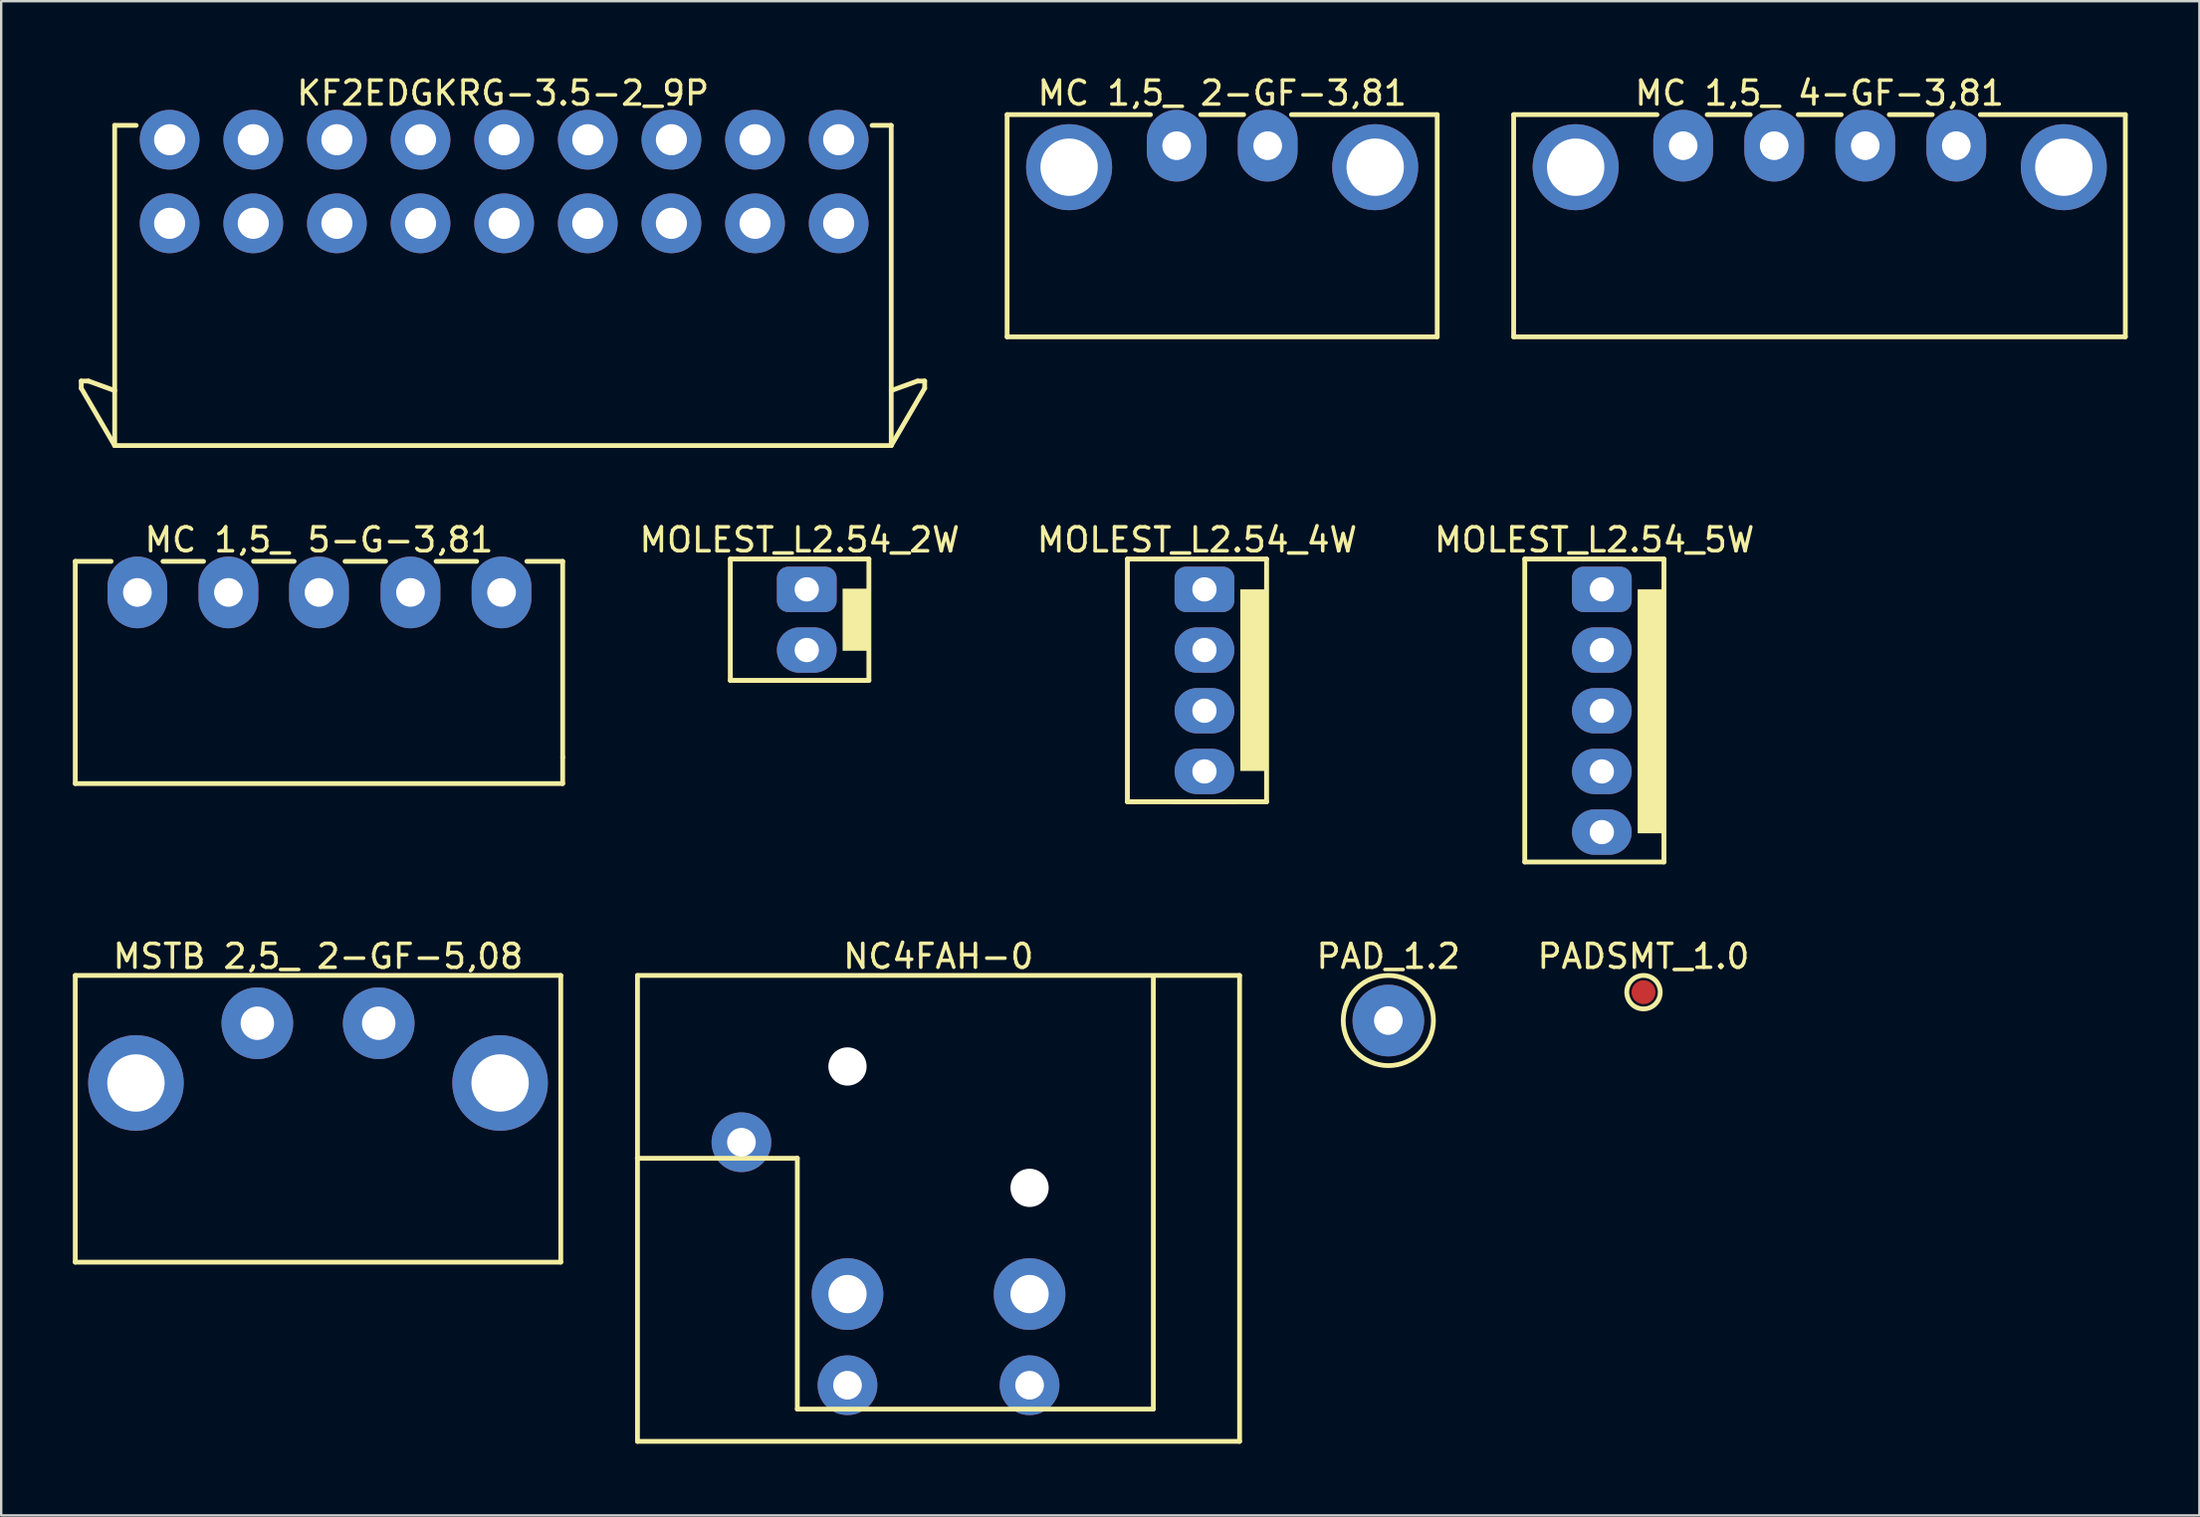
<source format=kicad_pcb>
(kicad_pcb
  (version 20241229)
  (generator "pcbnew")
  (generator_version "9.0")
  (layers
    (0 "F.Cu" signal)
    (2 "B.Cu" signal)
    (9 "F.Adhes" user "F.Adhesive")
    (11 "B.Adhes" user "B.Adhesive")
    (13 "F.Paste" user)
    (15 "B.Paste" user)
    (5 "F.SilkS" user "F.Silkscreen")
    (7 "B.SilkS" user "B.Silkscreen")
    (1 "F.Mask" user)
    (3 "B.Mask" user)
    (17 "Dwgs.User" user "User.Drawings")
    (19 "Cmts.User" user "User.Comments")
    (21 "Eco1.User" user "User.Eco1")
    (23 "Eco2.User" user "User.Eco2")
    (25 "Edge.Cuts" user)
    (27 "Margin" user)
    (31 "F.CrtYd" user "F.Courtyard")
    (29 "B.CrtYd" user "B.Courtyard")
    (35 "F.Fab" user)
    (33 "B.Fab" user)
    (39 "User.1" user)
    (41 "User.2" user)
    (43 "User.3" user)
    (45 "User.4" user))
  (footprint "MOLEST_L2.54_4W"
    (layer "F.Cu")
    (at 47.359 25.428)
    (property "Reference" "MOLEST_L2.54_4W" (at -0.312 -5.882 0) (layer "F.SilkS") (effects (font (size 1 1) (thickness 0.15))))
    (fp_line (start -3.225 -5.08) (end 2.6 -5.08) (stroke (width 0.203) (type solid)) (layer "F.SilkS"))
    (fp_line (start -3.225 5.08) (end -3.225 -5.08) (stroke (width 0.203) (type solid)) (layer "F.SilkS"))
    (fp_line (start -3.225 5.08) (end 1.245 5.08) (stroke (width 0.203) (type solid)) (layer "F.SilkS"))
    (fp_line (start -1.27 5.08) (end 2.6 5.08) (stroke (width 0.203) (type solid)) (layer "F.SilkS"))
    (fp_line (start -1.27 5.08) (end 1.27 5.08) (stroke (width 0.203) (type solid)) (layer "F.SilkS"))
    (fp_line (start 2.6 -5.08) (end 2.6 5.08) (stroke (width 0.203) (type solid)) (layer "F.SilkS"))
    (fp_poly (pts (xy 2.6 -3.81) (xy 1.5 -3.81) (xy 1.5 3.79) (xy 2.6 3.79)) (stroke (width 0) (type default)) (fill yes) (layer "F.SilkS"))
    (pad "1" thru_hole roundrect (at 0 -3.81) (size 2.5 1.9) (drill 1.016) (layers "*.Cu" "*.Mask") (roundrect_rratio 0.25))
    (pad "2" thru_hole oval (at 0.00001 -1.27) (size 2.5 1.9) (drill 1.016) (layers "*.Cu" "*.Mask"))
    (pad "3" thru_hole oval (at 0.00001 1.27) (size 2.5 1.9) (drill 1.016) (layers "*.Cu" "*.Mask"))
    (pad "4" thru_hole oval (at 0.00002 3.81) (size 2.5 1.9) (drill 1.016) (layers "*.Cu" "*.Mask")))
  (footprint "MC 1,5_ 4-GF-3,81"
    (layer "F.Cu")
    (at 73.1 6.348)
    (property "Reference" "MC 1,5_ 4-GF-3,81" (at 0 -5.5 0) (layer "F.SilkS") (effects (font (size 1 1) (thickness 0.15))))
    (fp_line (start -12.8 -4.6) (end -6.8 -4.6) (stroke (width 0.2) (type solid)) (layer "F.SilkS"))
    (fp_line (start -12.8 4.7) (end -12.8 -4.6) (stroke (width 0.2) (type solid)) (layer "F.SilkS"))
    (fp_line (start -12.8 4.7) (end 12.8 4.7) (stroke (width 0.2) (type solid)) (layer "F.SilkS"))
    (fp_line (start -4.7 -4.6) (end -2.9 -4.6) (stroke (width 0.2) (type solid)) (layer "F.SilkS"))
    (fp_line (start -0.89 -4.6) (end 0.91 -4.6) (stroke (width 0.2) (type solid)) (layer "F.SilkS"))
    (fp_line (start 2.92 -4.6) (end 4.72 -4.6) (stroke (width 0.2) (type solid)) (layer "F.SilkS"))
    (fp_line (start 6.73 -4.6) (end 12.8 -4.6) (stroke (width 0.2) (type solid)) (layer "F.SilkS"))
    (fp_line (start 12.8 4.7) (end 12.8 -4.6) (stroke (width 0.2) (type solid)) (layer "F.SilkS"))
    (fp_line (start -12.805 -4.3) (end -11.42 -4.3) (stroke (width 0.1) (type solid)) (layer "Eco2.User"))
    (fp_line (start -12.805 4.9) (end -12.805 -4.3) (stroke (width 0.1) (type solid)) (layer "Eco2.User"))
    (fp_line (start -12.805 4.9) (end 5.205 4.9) (stroke (width 0.1) (type solid)) (layer "Eco2.User"))
    (fp_line (start 3.82 -4.3) (end 5.205 -4.3) (stroke (width 0.1) (type solid)) (layer "Eco2.User"))
    (fp_line (start 5.205 4.9) (end 5.205 -4.3) (stroke (width 0.1) (type solid)) (layer "Eco2.User"))
    (fp_circle (center 0 0) (end 0 -0.1) (stroke (width 0.4) (type solid)) (fill no) (layer "Eco2.User"))
    (pad "1" thru_hole oval (at -5.705 -3.3) (size 2.5 3) (drill 1.2) (layers "*.Cu" "*.Mask"))
    (pad "2" thru_hole oval (at -1.895 -3.3) (size 2.5 3) (drill 1.2) (layers "*.Cu" "*.Mask"))
    (pad "3" thru_hole oval (at 1.915 -3.3) (size 2.5 3) (drill 1.2) (layers "*.Cu" "*.Mask"))
    (pad "4" thru_hole oval (at 5.725 -3.3) (size 2.5 3) (drill 1.2) (layers "*.Cu" "*.Mask"))
    (pad "H" thru_hole circle (at -10.205 -2.4) (size 3.6 3.6) (drill 2.4) (layers "*.Cu" "*.Mask"))
    (pad "H" thru_hole circle (at 10.225 -2.4 180) (size 3.6 3.6) (drill 2.4) (layers "*.Cu" "*.Mask")))
  (footprint "MSTB 2,5_ 2-GF-5,08"
    (layer "F.Cu")
    (at 10.26 41.028)
    (property "Reference" "MSTB 2,5_ 2-GF-5,08" (at 0 -4.05 0) (layer "F.SilkS") (effects (font (size 1 1) (thickness 0.15))))
    (fp_line (start -10.16 -3.25) (end 10.16 -3.25) (stroke (width 0.2) (type solid)) (layer "F.SilkS"))
    (fp_line (start -10.16 8.75) (end -10.16 -3.25) (stroke (width 0.2) (type solid)) (layer "F.SilkS"))
    (fp_line (start -10.16 8.75) (end 10.16 8.75) (stroke (width 0.2) (type solid)) (layer "F.SilkS"))
    (fp_line (start 10.16 8.75) (end 10.16 -3.25) (stroke (width 0.2) (type solid)) (layer "F.SilkS"))
    (fp_circle (center 0 0) (end 0 -0.141) (stroke (width 0.254) (type solid)) (fill no) (layer "Eco2.User"))
    (pad "0" thru_hole circle (at -7.62 1.25) (size 4 4) (drill 2.4) (layers "*.Cu" "*.Mask"))
    (pad "0" thru_hole circle (at 7.62 1.25 180) (size 4 4) (drill 2.4) (layers "*.Cu" "*.Mask"))
    (pad "1" thru_hole circle (at -2.54 -1.25) (size 3 3) (drill 1.4) (layers "*.Cu" "*.Mask"))
    (pad "2" thru_hole circle (at 2.54 -1.25) (size 3 3) (drill 1.4) (layers "*.Cu" "*.Mask")))
  (footprint "KF2EDGKRG-3.5-2_9P"
    (layer "F.Cu")
    (at 18.05 4.548)
    (property "Reference" "KF2EDGKRG-3.5-2_9P" (at -0.05 -3.7 0) (layer "F.SilkS") (effects (font (size 1 1) (thickness 0.15))))
    (fp_line (start -17.7 8.35) (end -17.4 8.35) (stroke (width 0.2) (type solid)) (layer "F.SilkS"))
    (fp_line (start -17.7 8.65) (end -17.7 8.35) (stroke (width 0.2) (type solid)) (layer "F.SilkS"))
    (fp_line (start -17.7 8.65) (end -16.3 11.05) (stroke (width 0.2) (type solid)) (layer "F.SilkS"))
    (fp_line (start -17.4 8.35) (end -16.3 8.75) (stroke (width 0.2) (type solid)) (layer "F.SilkS"))
    (fp_line (start -16.3 -2.35) (end -15.4 -2.35) (stroke (width 0.2) (type solid)) (layer "F.SilkS"))
    (fp_line (start -16.3 11.05) (end -16.3 -2.35) (stroke (width 0.2) (type solid)) (layer "F.SilkS"))
    (fp_line (start -16.3 11.05) (end 16.2 11.05) (stroke (width 0.2) (type solid)) (layer "F.SilkS"))
    (fp_line (start 15.4 -2.35) (end 16.2 -2.35) (stroke (width 0.2) (type solid)) (layer "F.SilkS"))
    (fp_line (start 16.2 8.75) (end 17.3 8.35) (stroke (width 0.2) (type solid)) (layer "F.SilkS"))
    (fp_line (start 16.2 11.05) (end 16.2 -2.35) (stroke (width 0.2) (type solid)) (layer "F.SilkS"))
    (fp_line (start 16.2 11.05) (end 17.6 8.65) (stroke (width 0.2) (type solid)) (layer "F.SilkS"))
    (fp_line (start 17.3 8.35) (end 17.6 8.35) (stroke (width 0.2) (type solid)) (layer "F.SilkS"))
    (fp_line (start 17.6 8.65) (end 17.6 8.35) (stroke (width 0.2) (type solid)) (layer "F.SilkS"))
    (fp_line (start -18 -3.5) (end 17.9 -3.5) (stroke (width 0.1) (type solid)) (layer "Eco2.User"))
    (fp_line (start -18 11.1) (end -18 -3.5) (stroke (width 0.1) (type solid)) (layer "Eco2.User"))
    (fp_line (start -18 11.1) (end -17.5 11.1) (stroke (width 0.1) (type solid)) (layer "Eco2.User"))
    (fp_line (start -17.5 11.1) (end 17.9 11.1) (stroke (width 0.1) (type solid)) (layer "Eco2.User"))
    (fp_line (start 17.9 11.1) (end 17.9 -3.5) (stroke (width 0.1) (type solid)) (layer "Eco2.User"))
    (fp_circle (center 0 0) (end 0 -0.141) (stroke (width 0.254) (type solid)) (fill no) (layer "Eco2.User"))
    (pad "1" thru_hole circle (at -14 -1.75) (size 2.5 2.5) (drill 1.3) (layers "*.Cu" "*.Mask"))
    (pad "2" thru_hole circle (at -10.5 -1.75) (size 2.5 2.5) (drill 1.3) (layers "*.Cu" "*.Mask"))
    (pad "3" thru_hole circle (at -7 -1.75) (size 2.5 2.5) (drill 1.3) (layers "*.Cu" "*.Mask"))
    (pad "4" thru_hole circle (at -3.5 -1.75) (size 2.5 2.5) (drill 1.3) (layers "*.Cu" "*.Mask"))
    (pad "5" thru_hole circle (at 0 -1.75) (size 2.5 2.5) (drill 1.3) (layers "*.Cu" "*.Mask"))
    (pad "6" thru_hole circle (at 3.5 -1.75) (size 2.5 2.5) (drill 1.3) (layers "*.Cu" "*.Mask"))
    (pad "7" thru_hole circle (at 7 -1.75) (size 2.5 2.5) (drill 1.3) (layers "*.Cu" "*.Mask"))
    (pad "8" thru_hole circle (at 10.5 -1.75) (size 2.5 2.5) (drill 1.3) (layers "*.Cu" "*.Mask"))
    (pad "9" thru_hole circle (at 14 -1.75) (size 2.5 2.5) (drill 1.3) (layers "*.Cu" "*.Mask"))
    (pad "10" thru_hole circle (at -14 1.75) (size 2.5 2.5) (drill 1.3) (layers "*.Cu" "*.Mask"))
    (pad "11" thru_hole circle (at -10.5 1.75) (size 2.5 2.5) (drill 1.3) (layers "*.Cu" "*.Mask"))
    (pad "12" thru_hole circle (at -7 1.75) (size 2.5 2.5) (drill 1.3) (layers "*.Cu" "*.Mask"))
    (pad "13" thru_hole circle (at -3.5 1.75) (size 2.5 2.5) (drill 1.3) (layers "*.Cu" "*.Mask"))
    (pad "14" thru_hole circle (at 0 1.75) (size 2.5 2.5) (drill 1.3) (layers "*.Cu" "*.Mask"))
    (pad "15" thru_hole circle (at 3.5 1.75) (size 2.5 2.5) (drill 1.3) (layers "*.Cu" "*.Mask"))
    (pad "16" thru_hole circle (at 7 1.75) (size 2.5 2.5) (drill 1.3) (layers "*.Cu" "*.Mask"))
    (pad "17" thru_hole circle (at 10.5 1.75) (size 2.5 2.5) (drill 1.3) (layers "*.Cu" "*.Mask"))
    (pad "18" thru_hole circle (at 14 1.75) (size 2.5 2.5) (drill 1.3) (layers "*.Cu" "*.Mask")))
  (footprint "MOLEST_L2.54_5W"
    (layer "F.Cu")
    (at 63.99 26.698)
    (property "Reference" "MOLEST_L2.54_5W" (at -0.313 -7.152 0) (layer "F.SilkS") (effects (font (size 1 1) (thickness 0.15))))
    (fp_line (start -3.225 -6.35) (end 2.6 -6.35) (stroke (width 0.203) (type solid)) (layer "F.SilkS"))
    (fp_line (start -3.225 6.33) (end -3.225 -6.35) (stroke (width 0.203) (type solid)) (layer "F.SilkS"))
    (fp_line (start -3.225 6.33) (end 2.6 6.33) (stroke (width 0.203) (type solid)) (layer "F.SilkS"))
    (fp_line (start 2.6 -6.35) (end 2.6 6.33) (stroke (width 0.203) (type solid)) (layer "F.SilkS"))
    (fp_poly (pts (xy 2.6 -5.08) (xy 1.5 -5.08) (xy 1.5 5.13) (xy 2.6 5.13)) (stroke (width 0) (type default)) (fill yes) (layer "F.SilkS"))
    (pad "1" thru_hole roundrect (at -0.00001 -5.08) (size 2.5 1.9) (drill 1.016) (layers "*.Cu" "*.Mask") (roundrect_rratio 0.25))
    (pad "2" thru_hole oval (at -0.00001 -2.54) (size 2.5 1.9) (drill 1.016) (layers "*.Cu" "*.Mask"))
    (pad "3" thru_hole oval (at 0 0) (size 2.5 1.9) (drill 1.016) (layers "*.Cu" "*.Mask"))
    (pad "4" thru_hole oval (at 0.00001 2.54) (size 2.5 1.9) (drill 1.016) (layers "*.Cu" "*.Mask"))
    (pad "5" thru_hole oval (at 0.00001 5.08) (size 2.5 1.9) (drill 1.016) (layers "*.Cu" "*.Mask")))
  (footprint "PADSMT_1.0"
    (layer "F.Cu")
    (at 65.734 38.478)
    (property "Reference" "PADSMT_1.0" (at 0 -1.5 0) (layer "F.SilkS") (effects (font (size 1 1) (thickness 0.15))))
    (fp_circle (center 0 0) (end 0 -0.7) (stroke (width 0.2) (type solid)) (fill no) (layer "F.SilkS"))
    (pad "1" smd circle (at 0 0) (size 1 1) (layers "F.Cu" "F.Mask" "F.Paste")))
  (footprint "MC 1,5_ 2-GF-3,81"
    (layer "F.Cu")
    (at 48.1 6.348)
    (property "Reference" "MC 1,5_ 2-GF-3,81" (at 0 -5.5 0) (layer "F.SilkS") (effects (font (size 1 1) (thickness 0.15))))
    (fp_line (start -9 -4.6) (end -3 -4.6) (stroke (width 0.2) (type solid)) (layer "F.SilkS"))
    (fp_line (start -9 4.7) (end -9 -4.6) (stroke (width 0.2) (type solid)) (layer "F.SilkS"))
    (fp_line (start -9 4.7) (end 9 4.7) (stroke (width 0.2) (type solid)) (layer "F.SilkS"))
    (fp_line (start -0.9 -4.6) (end 0.9 -4.6) (stroke (width 0.2) (type solid)) (layer "F.SilkS"))
    (fp_line (start 2.9 -4.6) (end 9 -4.6) (stroke (width 0.2) (type solid)) (layer "F.SilkS"))
    (fp_line (start 9 4.7) (end 9 -4.6) (stroke (width 0.2) (type solid)) (layer "F.SilkS"))
    (fp_line (start -9.005 -4.3) (end -7.62 -4.3) (stroke (width 0.1) (type solid)) (layer "Eco2.User"))
    (fp_line (start -9.005 4.9) (end -9.005 -4.3) (stroke (width 0.1) (type solid)) (layer "Eco2.User"))
    (fp_line (start -9.005 4.9) (end 9.005 4.9) (stroke (width 0.1) (type solid)) (layer "Eco2.User"))
    (fp_line (start 7.62 -4.3) (end 9.005 -4.3) (stroke (width 0.1) (type solid)) (layer "Eco2.User"))
    (fp_line (start 9.005 4.9) (end 9.005 -4.3) (stroke (width 0.1) (type solid)) (layer "Eco2.User"))
    (fp_circle (center 0 0) (end 0 -0.1) (stroke (width 0.4) (type solid)) (fill no) (layer "Eco2.User"))
    (pad "1" thru_hole oval (at -1.905 -3.3) (size 2.5 3) (drill 1.2) (layers "*.Cu" "*.Mask"))
    (pad "2" thru_hole oval (at 1.905 -3.3) (size 2.5 3) (drill 1.2) (layers "*.Cu" "*.Mask"))
    (pad "H" thru_hole circle (at -6.405 -2.4) (size 3.6 3.6) (drill 2.4) (layers "*.Cu" "*.Mask"))
    (pad "H" thru_hole circle (at 6.405 -2.4) (size 3.6 3.6) (drill 2.4) (layers "*.Cu" "*.Mask")))
  (footprint "MC 1,5_ 5-G-3,81"
    (layer "F.Cu")
    (at 10.32 25.846)
    (property "Reference" "MC 1,5_ 5-G-3,81" (at -0.02 -6.3 0) (layer "F.SilkS") (effects (font (size 1 1) (thickness 0.15))))
    (fp_line (start -10.22 -5.4) (end -8.72 -5.4) (stroke (width 0.2) (type solid)) (layer "F.SilkS"))
    (fp_line (start -10.22 3.9) (end -10.22 -5.4) (stroke (width 0.2) (type solid)) (layer "F.SilkS"))
    (fp_line (start -10.22 3.9) (end 10.18 3.9) (stroke (width 0.2) (type solid)) (layer "F.SilkS"))
    (fp_line (start -6.55 -5.4) (end -4.85 -5.4) (stroke (width 0.2) (type solid)) (layer "F.SilkS"))
    (fp_line (start -2.76 -5.4) (end -1.06 -5.4) (stroke (width 0.2) (type solid)) (layer "F.SilkS"))
    (fp_line (start 1.07 -5.4) (end 2.77 -5.4) (stroke (width 0.2) (type solid)) (layer "F.SilkS"))
    (fp_line (start 4.88 -5.4) (end 6.58 -5.4) (stroke (width 0.2) (type solid)) (layer "F.SilkS"))
    (fp_line (start 8.68 -5.4) (end 10.18 -5.4) (stroke (width 0.2) (type solid)) (layer "F.SilkS"))
    (fp_line (start 10.18 2.8) (end 10.18 -5.4) (stroke (width 0.2) (type solid)) (layer "F.SilkS"))
    (fp_line (start 10.18 3.9) (end 10.18 2.8) (stroke (width 0.2) (type solid)) (layer "F.SilkS"))
    (fp_circle (center 0 0) (end 0 -0.1) (stroke (width 0.4) (type solid)) (fill no) (layer "Eco2.User"))
    (pad "1" thru_hole oval (at -7.62 -4.1) (size 2.5 3) (drill 1.2) (layers "*.Cu" "*.Mask"))
    (pad "2" thru_hole oval (at -3.81 -4.1) (size 2.5 3) (drill 1.2) (layers "*.Cu" "*.Mask"))
    (pad "3" thru_hole oval (at -0.02 -4.1) (size 2.5 3) (drill 1.2) (layers "*.Cu" "*.Mask"))
    (pad "4" thru_hole oval (at 3.81 -4.1) (size 2.5 3) (drill 1.2) (layers "*.Cu" "*.Mask"))
    (pad "5" thru_hole oval (at 7.62 -4.1) (size 2.5 3) (drill 1.2) (layers "*.Cu" "*.Mask")))
  (footprint "NC4FAH-0"
    (layer "F.Cu")
    (at 32.42 54.928)
    (property "Reference" "NC4FAH-0" (at 3.805 -17.95 0) (layer "F.SilkS") (effects (font (size 1 1) (thickness 0.15))))
    (fp_line (start -8.8 -9.5) (end -2.1 -9.5) (stroke (width 0.2) (type solid)) (layer "F.SilkS"))
    (fp_line (start -8.79 -17.15) (end 16.41 -17.15) (stroke (width 0.2) (type solid)) (layer "F.SilkS"))
    (fp_line (start -8.79 2.35) (end -8.79 -17.15) (stroke (width 0.2) (type solid)) (layer "F.SilkS"))
    (fp_line (start -8.79 2.35) (end 16.41 2.35) (stroke (width 0.2) (type solid)) (layer "F.SilkS"))
    (fp_line (start -2.1 1) (end -2.1 -9.5) (stroke (width 0.2) (type solid)) (layer "F.SilkS"))
    (fp_line (start -2.1 1) (end 12.8 1) (stroke (width 0.2) (type solid)) (layer "F.SilkS"))
    (fp_line (start 12.8 1) (end 12.8 -17.1) (stroke (width 0.2) (type solid)) (layer "F.SilkS"))
    (fp_line (start 16.41 2.35) (end 16.41 -17.15) (stroke (width 0.2) (type solid)) (layer "F.SilkS"))
    (pad "" np_thru_hole circle (at 0 -13.34) (size 1.6 1.6) (drill 1.6) (layers "*.Cu" "*.Mask"))
    (pad "" np_thru_hole circle (at 7.62 -8.26) (size 1.6 1.6) (drill 1.6) (layers "*.Cu" "*.Mask"))
    (pad "1" thru_hole circle (at 0 0) (size 2.5 2.5) (drill 1.2) (layers "*.Cu" "*.Mask"))
    (pad "2" thru_hole circle (at 0 -3.815) (size 3 3) (drill 1.6) (layers "*.Cu" "*.Mask"))
    (pad "3" thru_hole circle (at 7.62 -3.815) (size 3 3) (drill 1.6) (layers "*.Cu" "*.Mask"))
    (pad "4" thru_hole circle (at 7.62 0) (size 2.5 2.5) (drill 1.2) (layers "*.Cu" "*.Mask"))
    (pad "G" thru_hole circle (at -4.44 -10.17) (size 2.5 2.5) (drill 1.2) (layers "*.Cu" "*.Mask")))
  (footprint "MOLEST_L2.54_2W"
    (layer "F.Cu")
    (at 30.715 22.888)
    (property "Reference" "MOLEST_L2.54_2W" (at -0.3 -3.342 0) (layer "F.SilkS") (effects (font (size 1 1) (thickness 0.15))))
    (fp_line (start -3.2 -2.54) (end 2.6 -2.54) (stroke (width 0.203) (type solid)) (layer "F.SilkS"))
    (fp_line (start -3.2 2.54) (end -3.2 -2.54) (stroke (width 0.203) (type solid)) (layer "F.SilkS"))
    (fp_line (start -3.2 2.54) (end 2.6 2.54) (stroke (width 0.203) (type solid)) (layer "F.SilkS"))
    (fp_line (start 2.6 2.54) (end 2.6 -2.54) (stroke (width 0.203) (type solid)) (layer "F.SilkS"))
    (fp_poly (pts (xy 2.6 -1.3) (xy 1.5 -1.3) (xy 1.5 1.3) (xy 2.6 1.3)) (stroke (width 0) (type default)) (fill yes) (layer "F.SilkS"))
    (pad "1" thru_hole roundrect (at 0 -1.27) (size 2.5 1.9) (drill 1.016) (layers "*.Cu" "*.Mask") (roundrect_rratio 0.25))
    (pad "2" thru_hole oval (at 0.00001 1.27) (size 2.5 1.9) (drill 1.016) (layers "*.Cu" "*.Mask")))
  (footprint "PAD_1.2"
    (layer "F.Cu")
    (at 55.055 39.665)
    (property "Reference" "PAD_1.2" (at 0 -2.687 0) (layer "F.SilkS") (effects (font (size 1 1) (thickness 0.15))))
    (fp_circle (center 0 0) (end 0 -1.887) (stroke (width 0.2) (type solid)) (fill no) (layer "F.SilkS"))
    (pad "1" thru_hole circle (at 0 0) (size 3 3) (drill 1.2) (layers "*.Cu" "*.Mask")))
  (gr_rect
    (start -3 -3)
    (end 89 60.378)
    (stroke (width 0.1) (type default))
    (fill no)
    (layer "Edge.Cuts")))
</source>
